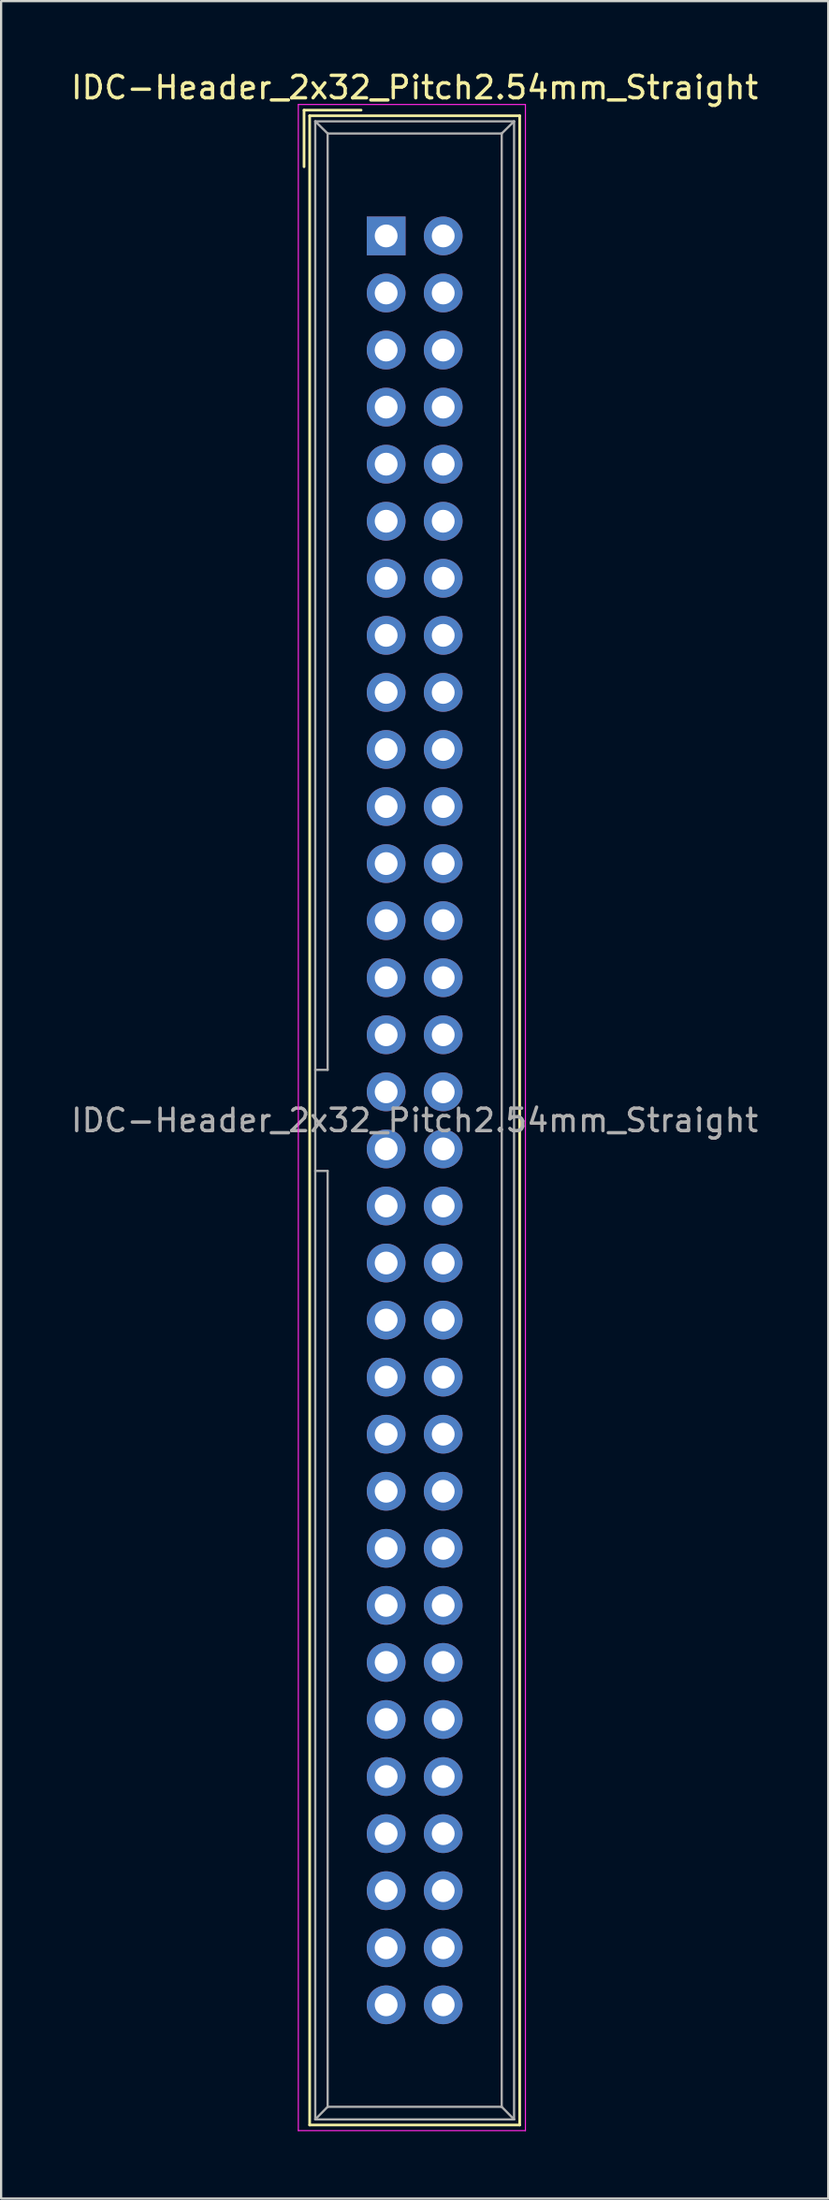
<source format=kicad_pcb>
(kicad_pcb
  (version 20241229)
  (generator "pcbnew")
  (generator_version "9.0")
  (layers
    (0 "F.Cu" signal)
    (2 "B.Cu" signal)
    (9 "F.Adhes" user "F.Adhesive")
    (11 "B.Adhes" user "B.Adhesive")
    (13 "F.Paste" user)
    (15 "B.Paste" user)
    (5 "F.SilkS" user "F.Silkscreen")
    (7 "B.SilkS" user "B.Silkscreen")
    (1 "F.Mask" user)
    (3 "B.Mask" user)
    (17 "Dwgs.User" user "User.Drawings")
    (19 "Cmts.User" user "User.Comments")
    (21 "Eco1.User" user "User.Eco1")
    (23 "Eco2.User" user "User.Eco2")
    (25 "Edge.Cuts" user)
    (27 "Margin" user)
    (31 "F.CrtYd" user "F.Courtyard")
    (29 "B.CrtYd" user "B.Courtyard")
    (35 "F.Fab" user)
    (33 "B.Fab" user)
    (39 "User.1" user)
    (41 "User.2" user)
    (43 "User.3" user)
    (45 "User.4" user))
  (footprint "IDC-Header_2x32_Pitch2.54mm_Straight"
    (layer "F.Cu")
    (at 14.141 7.452)
    (property "Reference" "IDC-Header_2x32_Pitch2.54mm_Straight" (at 1.27 -6.604 0) (layer "F.SilkS") (effects (font (size 1 1) (thickness 0.15))))
    (attr through_hole)
    (fp_line (start -3.655 -5.6) (end -3.655 -3.08) (stroke (width 0.12) (type solid)) (layer "F.SilkS"))
    (fp_line (start -3.655 -5.6) (end -1.115 -5.6) (stroke (width 0.12) (type solid)) (layer "F.SilkS"))
    (fp_line (start -3.405 -5.35) (end 5.945 -5.35) (stroke (width 0.12) (type solid)) (layer "F.SilkS"))
    (fp_line (start -3.405 84.09) (end -3.405 -5.35) (stroke (width 0.12) (type solid)) (layer "F.SilkS"))
    (fp_line (start 5.945 -5.35) (end 5.945 84.09) (stroke (width 0.12) (type solid)) (layer "F.SilkS"))
    (fp_line (start 5.945 84.09) (end -3.405 84.09) (stroke (width 0.12) (type solid)) (layer "F.SilkS"))
    (fp_line (start -3.91 -5.85) (end 6.2 -5.85) (stroke (width 0.05) (type solid)) (layer "F.CrtYd"))
    (fp_line (start -3.91 84.34) (end -3.91 -5.85) (stroke (width 0.05) (type solid)) (layer "F.CrtYd"))
    (fp_line (start 6.2 -5.85) (end 6.2 84.34) (stroke (width 0.05) (type solid)) (layer "F.CrtYd"))
    (fp_line (start 6.2 84.34) (end -3.91 84.34) (stroke (width 0.05) (type solid)) (layer "F.CrtYd"))
    (fp_line (start -3.155 -5.1) (end -3.155 83.84) (stroke (width 0.1) (type solid)) (layer "F.Fab"))
    (fp_line (start -3.155 -5.1) (end -2.605 -4.56) (stroke (width 0.1) (type solid)) (layer "F.Fab"))
    (fp_line (start -3.155 83.84) (end -2.605 83.28) (stroke (width 0.1) (type solid)) (layer "F.Fab"))
    (fp_line (start -2.605 -4.56) (end -2.605 37.12) (stroke (width 0.1) (type solid)) (layer "F.Fab"))
    (fp_line (start -2.605 37.12) (end -3.155 37.12) (stroke (width 0.1) (type solid)) (layer "F.Fab"))
    (fp_line (start -2.605 41.62) (end -3.155 41.62) (stroke (width 0.1) (type solid)) (layer "F.Fab"))
    (fp_line (start -2.605 41.62) (end -2.605 83.28) (stroke (width 0.1) (type solid)) (layer "F.Fab"))
    (fp_line (start 5.145 -4.56) (end -2.605 -4.56) (stroke (width 0.1) (type solid)) (layer "F.Fab"))
    (fp_line (start 5.145 -4.56) (end 5.145 83.28) (stroke (width 0.1) (type solid)) (layer "F.Fab"))
    (fp_line (start 5.145 83.28) (end -2.605 83.28) (stroke (width 0.1) (type solid)) (layer "F.Fab"))
    (fp_line (start 5.695 -5.1) (end -3.155 -5.1) (stroke (width 0.1) (type solid)) (layer "F.Fab"))
    (fp_line (start 5.695 -5.1) (end 5.145 -4.56) (stroke (width 0.1) (type solid)) (layer "F.Fab"))
    (fp_line (start 5.695 -5.1) (end 5.695 83.84) (stroke (width 0.1) (type solid)) (layer "F.Fab"))
    (fp_line (start 5.695 83.84) (end -3.155 83.84) (stroke (width 0.1) (type solid)) (layer "F.Fab"))
    (fp_line (start 5.695 83.84) (end 5.145 83.28) (stroke (width 0.1) (type solid)) (layer "F.Fab"))
    (fp_text user "${REFERENCE}" (at 1.27 39.37 0) (layer "F.Fab") (effects (font (size 1 1) (thickness 0.15))))
    (pad "1" thru_hole rect (at 0 0) (size 1.727 1.727) (drill 1.016) (layers "*.Cu" "*.Mask"))
    (pad "2" thru_hole oval (at 2.54 0) (size 1.727 1.727) (drill 1.016) (layers "*.Cu" "*.Mask"))
    (pad "3" thru_hole oval (at 0 2.54) (size 1.727 1.727) (drill 1.016) (layers "*.Cu" "*.Mask"))
    (pad "4" thru_hole oval (at 2.54 2.54) (size 1.727 1.727) (drill 1.016) (layers "*.Cu" "*.Mask"))
    (pad "5" thru_hole oval (at 0 5.08) (size 1.727 1.727) (drill 1.016) (layers "*.Cu" "*.Mask"))
    (pad "6" thru_hole oval (at 2.54 5.08) (size 1.727 1.727) (drill 1.016) (layers "*.Cu" "*.Mask"))
    (pad "7" thru_hole oval (at 0 7.62) (size 1.727 1.727) (drill 1.016) (layers "*.Cu" "*.Mask"))
    (pad "8" thru_hole oval (at 2.54 7.62) (size 1.727 1.727) (drill 1.016) (layers "*.Cu" "*.Mask"))
    (pad "9" thru_hole oval (at 0 10.16) (size 1.727 1.727) (drill 1.016) (layers "*.Cu" "*.Mask"))
    (pad "10" thru_hole oval (at 2.54 10.16) (size 1.727 1.727) (drill 1.016) (layers "*.Cu" "*.Mask"))
    (pad "11" thru_hole oval (at 0 12.7) (size 1.727 1.727) (drill 1.016) (layers "*.Cu" "*.Mask"))
    (pad "12" thru_hole oval (at 2.54 12.7) (size 1.727 1.727) (drill 1.016) (layers "*.Cu" "*.Mask"))
    (pad "13" thru_hole oval (at 0 15.24) (size 1.727 1.727) (drill 1.016) (layers "*.Cu" "*.Mask"))
    (pad "14" thru_hole oval (at 2.54 15.24) (size 1.727 1.727) (drill 1.016) (layers "*.Cu" "*.Mask"))
    (pad "15" thru_hole oval (at 0 17.78) (size 1.727 1.727) (drill 1.016) (layers "*.Cu" "*.Mask"))
    (pad "16" thru_hole oval (at 2.54 17.78) (size 1.727 1.727) (drill 1.016) (layers "*.Cu" "*.Mask"))
    (pad "17" thru_hole oval (at 0 20.32) (size 1.727 1.727) (drill 1.016) (layers "*.Cu" "*.Mask"))
    (pad "18" thru_hole oval (at 2.54 20.32) (size 1.727 1.727) (drill 1.016) (layers "*.Cu" "*.Mask"))
    (pad "19" thru_hole oval (at 0 22.86) (size 1.727 1.727) (drill 1.016) (layers "*.Cu" "*.Mask"))
    (pad "20" thru_hole oval (at 2.54 22.86) (size 1.727 1.727) (drill 1.016) (layers "*.Cu" "*.Mask"))
    (pad "21" thru_hole oval (at 0 25.4) (size 1.727 1.727) (drill 1.016) (layers "*.Cu" "*.Mask"))
    (pad "22" thru_hole oval (at 2.54 25.4) (size 1.727 1.727) (drill 1.016) (layers "*.Cu" "*.Mask"))
    (pad "23" thru_hole oval (at 0 27.94) (size 1.727 1.727) (drill 1.016) (layers "*.Cu" "*.Mask"))
    (pad "24" thru_hole oval (at 2.54 27.94) (size 1.727 1.727) (drill 1.016) (layers "*.Cu" "*.Mask"))
    (pad "25" thru_hole oval (at 0 30.48) (size 1.727 1.727) (drill 1.016) (layers "*.Cu" "*.Mask"))
    (pad "26" thru_hole oval (at 2.54 30.48) (size 1.727 1.727) (drill 1.016) (layers "*.Cu" "*.Mask"))
    (pad "27" thru_hole oval (at 0 33.02) (size 1.727 1.727) (drill 1.016) (layers "*.Cu" "*.Mask"))
    (pad "28" thru_hole oval (at 2.54 33.02) (size 1.727 1.727) (drill 1.016) (layers "*.Cu" "*.Mask"))
    (pad "29" thru_hole oval (at 0 35.56) (size 1.727 1.727) (drill 1.016) (layers "*.Cu" "*.Mask"))
    (pad "30" thru_hole oval (at 2.54 35.56) (size 1.727 1.727) (drill 1.016) (layers "*.Cu" "*.Mask"))
    (pad "31" thru_hole oval (at 0 38.1) (size 1.727 1.727) (drill 1.016) (layers "*.Cu" "*.Mask"))
    (pad "32" thru_hole oval (at 2.54 38.1) (size 1.727 1.727) (drill 1.016) (layers "*.Cu" "*.Mask"))
    (pad "33" thru_hole oval (at 0 40.64) (size 1.727 1.727) (drill 1.016) (layers "*.Cu" "*.Mask"))
    (pad "34" thru_hole oval (at 2.54 40.64) (size 1.727 1.727) (drill 1.016) (layers "*.Cu" "*.Mask"))
    (pad "35" thru_hole oval (at 0 43.18) (size 1.727 1.727) (drill 1.016) (layers "*.Cu" "*.Mask"))
    (pad "36" thru_hole oval (at 2.54 43.18) (size 1.727 1.727) (drill 1.016) (layers "*.Cu" "*.Mask"))
    (pad "37" thru_hole oval (at 0 45.72) (size 1.727 1.727) (drill 1.016) (layers "*.Cu" "*.Mask"))
    (pad "38" thru_hole oval (at 2.54 45.72) (size 1.727 1.727) (drill 1.016) (layers "*.Cu" "*.Mask"))
    (pad "39" thru_hole oval (at 0 48.26) (size 1.727 1.727) (drill 1.016) (layers "*.Cu" "*.Mask"))
    (pad "40" thru_hole oval (at 2.54 48.26) (size 1.727 1.727) (drill 1.016) (layers "*.Cu" "*.Mask"))
    (pad "41" thru_hole oval (at 0 50.8) (size 1.727 1.727) (drill 1.016) (layers "*.Cu" "*.Mask"))
    (pad "42" thru_hole oval (at 2.54 50.8) (size 1.727 1.727) (drill 1.016) (layers "*.Cu" "*.Mask"))
    (pad "43" thru_hole oval (at 0 53.34) (size 1.727 1.727) (drill 1.016) (layers "*.Cu" "*.Mask"))
    (pad "44" thru_hole oval (at 2.54 53.34) (size 1.727 1.727) (drill 1.016) (layers "*.Cu" "*.Mask"))
    (pad "45" thru_hole oval (at 0 55.88) (size 1.727 1.727) (drill 1.016) (layers "*.Cu" "*.Mask"))
    (pad "46" thru_hole oval (at 2.54 55.88) (size 1.727 1.727) (drill 1.016) (layers "*.Cu" "*.Mask"))
    (pad "47" thru_hole oval (at 0 58.42) (size 1.727 1.727) (drill 1.016) (layers "*.Cu" "*.Mask"))
    (pad "48" thru_hole oval (at 2.54 58.42) (size 1.727 1.727) (drill 1.016) (layers "*.Cu" "*.Mask"))
    (pad "49" thru_hole oval (at 0 60.96) (size 1.727 1.727) (drill 1.016) (layers "*.Cu" "*.Mask"))
    (pad "50" thru_hole oval (at 2.54 60.96) (size 1.727 1.727) (drill 1.016) (layers "*.Cu" "*.Mask"))
    (pad "51" thru_hole oval (at 0 63.5) (size 1.727 1.727) (drill 1.016) (layers "*.Cu" "*.Mask"))
    (pad "52" thru_hole oval (at 2.54 63.5) (size 1.727 1.727) (drill 1.016) (layers "*.Cu" "*.Mask"))
    (pad "53" thru_hole oval (at 0 66.04) (size 1.727 1.727) (drill 1.016) (layers "*.Cu" "*.Mask"))
    (pad "54" thru_hole oval (at 2.54 66.04) (size 1.727 1.727) (drill 1.016) (layers "*.Cu" "*.Mask"))
    (pad "55" thru_hole oval (at 0 68.58) (size 1.727 1.727) (drill 1.016) (layers "*.Cu" "*.Mask"))
    (pad "56" thru_hole oval (at 2.54 68.58) (size 1.727 1.727) (drill 1.016) (layers "*.Cu" "*.Mask"))
    (pad "57" thru_hole oval (at 0 71.12) (size 1.727 1.727) (drill 1.016) (layers "*.Cu" "*.Mask"))
    (pad "58" thru_hole oval (at 2.54 71.12) (size 1.727 1.727) (drill 1.016) (layers "*.Cu" "*.Mask"))
    (pad "59" thru_hole oval (at 0 73.66) (size 1.727 1.727) (drill 1.016) (layers "*.Cu" "*.Mask"))
    (pad "60" thru_hole oval (at 2.54 73.66) (size 1.727 1.727) (drill 1.016) (layers "*.Cu" "*.Mask"))
    (pad "61" thru_hole oval (at 0 76.2) (size 1.727 1.727) (drill 1.016) (layers "*.Cu" "*.Mask"))
    (pad "62" thru_hole oval (at 2.54 76.2) (size 1.727 1.727) (drill 1.016) (layers "*.Cu" "*.Mask"))
    (pad "63" thru_hole oval (at 0 78.74) (size 1.727 1.727) (drill 1.016) (layers "*.Cu" "*.Mask"))
    (pad "64" thru_hole oval (at 2.54 78.74) (size 1.727 1.727) (drill 1.016) (layers "*.Cu" "*.Mask")))
  (gr_rect
    (start -3 -3)
    (end 33.821 94.817)
    (stroke (width 0.1) (type default))
    (fill no)
    (layer "Edge.Cuts")))
</source>
